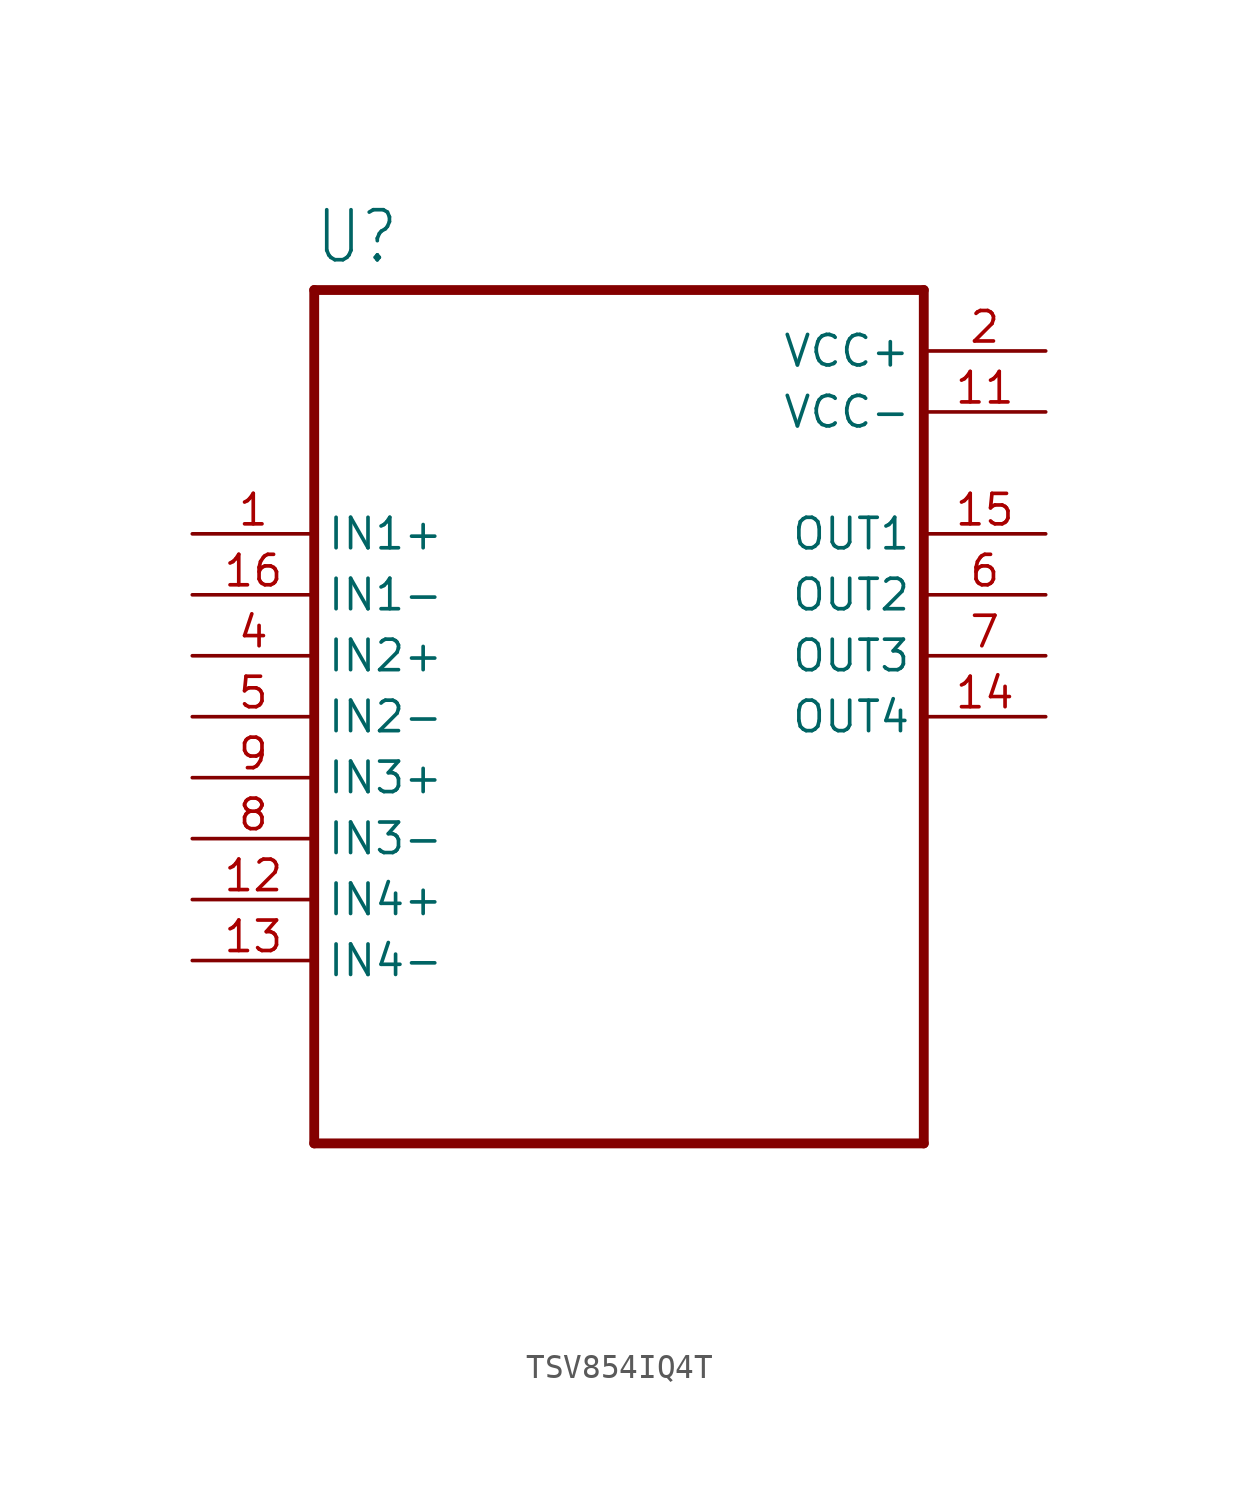
<source format=kicad_sym>
(kicad_symbol_lib
  (version 20231120)
  (generator "kicad_symbol_editor")
  (generator_version "8.0")
  (symbol "TSV854IQ4T"
    (property "Reference" "U"
      (at -12.7 18.78 0)
      (effects (font (size 2.083 1.77)) (justify left bottom)))
    (property "Value" ""
      (at -12.7 -21.78 0)
      (effects (font (size 2.083 1.77)) (justify left bottom)))
    (property "ki_locked" ""
      (at 0 0 0)
      (effects (font (size 1.27 1.27))))
    (symbol "TSV854IQ4T_1_0"
      (polyline (pts (xy -12.7 -17.78) (xy -12.7 17.78)) (stroke (width 0.41) (type solid)) (fill (type none)))
      (polyline (pts (xy -12.7 17.78) (xy 12.7 17.78)) (stroke (width 0.41) (type solid)) (fill (type none)))
      (polyline (pts (xy 12.7 -17.78) (xy -12.7 -17.78)) (stroke (width 0.41) (type solid)) (fill (type none)))
      (polyline (pts (xy 12.7 17.78) (xy 12.7 -17.78)) (stroke (width 0.41) (type solid)) (fill (type none)))
      (pin input line (at -17.78 7.62 0) (length 5.08) (name "IN1+" (effects (font (size 1.27 1.27)))) (number "1" (effects (font (size 1.27 1.27)))))
      (pin power_in line (at 17.78 12.7 180) (length 5.08) (name "VCC-" (effects (font (size 1.27 1.27)))) (number "11" (effects (font (size 1.27 1.27)))))
      (pin input line (at -17.78 -7.62 0) (length 5.08) (name "IN4+" (effects (font (size 1.27 1.27)))) (number "12" (effects (font (size 1.27 1.27)))))
      (pin input line (at -17.78 -10.16 0) (length 5.08) (name "IN4-" (effects (font (size 1.27 1.27)))) (number "13" (effects (font (size 1.27 1.27)))))
      (pin output line (at 17.78 0 180) (length 5.08) (name "OUT4" (effects (font (size 1.27 1.27)))) (number "14" (effects (font (size 1.27 1.27)))))
      (pin output line (at 17.78 7.62 180) (length 5.08) (name "OUT1" (effects (font (size 1.27 1.27)))) (number "15" (effects (font (size 1.27 1.27)))))
      (pin input line (at -17.78 5.08 0) (length 5.08) (name "IN1-" (effects (font (size 1.27 1.27)))) (number "16" (effects (font (size 1.27 1.27)))))
      (pin power_in line (at 17.78 15.24 180) (length 5.08) (name "VCC+" (effects (font (size 1.27 1.27)))) (number "2" (effects (font (size 1.27 1.27)))))
      (pin input line (at -17.78 2.54 0) (length 5.08) (name "IN2+" (effects (font (size 1.27 1.27)))) (number "4" (effects (font (size 1.27 1.27)))))
      (pin input line (at -17.78 0 0) (length 5.08) (name "IN2-" (effects (font (size 1.27 1.27)))) (number "5" (effects (font (size 1.27 1.27)))))
      (pin output line (at 17.78 5.08 180) (length 5.08) (name "OUT2" (effects (font (size 1.27 1.27)))) (number "6" (effects (font (size 1.27 1.27)))))
      (pin output line (at 17.78 2.54 180) (length 5.08) (name "OUT3" (effects (font (size 1.27 1.27)))) (number "7" (effects (font (size 1.27 1.27)))))
      (pin input line (at -17.78 -5.08 0) (length 5.08) (name "IN3-" (effects (font (size 1.27 1.27)))) (number "8" (effects (font (size 1.27 1.27)))))
      (pin input line (at -17.78 -2.54 0) (length 5.08) (name "IN3+" (effects (font (size 1.27 1.27)))) (number "9" (effects (font (size 1.27 1.27))))))))
</source>
